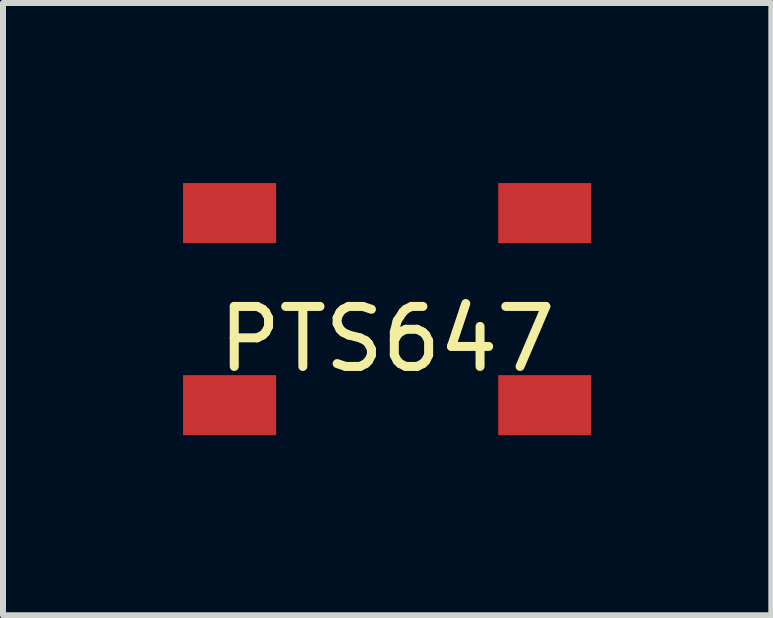
<source format=kicad_pcb>
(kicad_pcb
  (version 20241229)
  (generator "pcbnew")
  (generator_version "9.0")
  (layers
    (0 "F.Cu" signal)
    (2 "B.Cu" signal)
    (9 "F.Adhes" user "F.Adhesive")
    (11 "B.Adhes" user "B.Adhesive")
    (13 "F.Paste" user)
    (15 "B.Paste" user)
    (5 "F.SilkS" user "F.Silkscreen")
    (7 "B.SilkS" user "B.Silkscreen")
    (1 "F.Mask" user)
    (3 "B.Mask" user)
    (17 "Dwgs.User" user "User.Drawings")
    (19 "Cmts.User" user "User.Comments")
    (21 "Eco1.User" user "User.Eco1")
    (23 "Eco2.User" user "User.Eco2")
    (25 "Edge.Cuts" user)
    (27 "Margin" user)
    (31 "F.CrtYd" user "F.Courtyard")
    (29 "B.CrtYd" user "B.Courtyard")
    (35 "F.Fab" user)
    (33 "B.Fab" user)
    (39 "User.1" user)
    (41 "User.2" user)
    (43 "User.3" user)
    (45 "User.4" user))
  (footprint "PTS647"
    (layer "F.Cu")
    (at 3.4 2.1)
    (property "Reference" "PTS647" (at 0 0.5 0) (layer "F.SilkS") (effects (font (size 1 1) (thickness 0.15))))
    (attr through_hole)
    (pad "1" smd rect (at -2.625 -1.6) (size 1.55 1) (layers "F.Cu" "F.Mask" "F.Paste"))
    (pad "1" smd rect (at 2.625 -1.6) (size 1.55 1) (layers "F.Cu" "F.Mask" "F.Paste"))
    (pad "2" smd rect (at -2.625 1.6) (size 1.55 1) (layers "F.Cu" "F.Mask" "F.Paste"))
    (pad "2" smd rect (at 2.625 1.6) (size 1.55 1) (layers "F.Cu" "F.Mask" "F.Paste")))
  (gr_rect
    (start -3 -3)
    (end 9.8 7.2)
    (stroke (width 0.1) (type default))
    (fill no)
    (layer "Edge.Cuts")))
</source>
